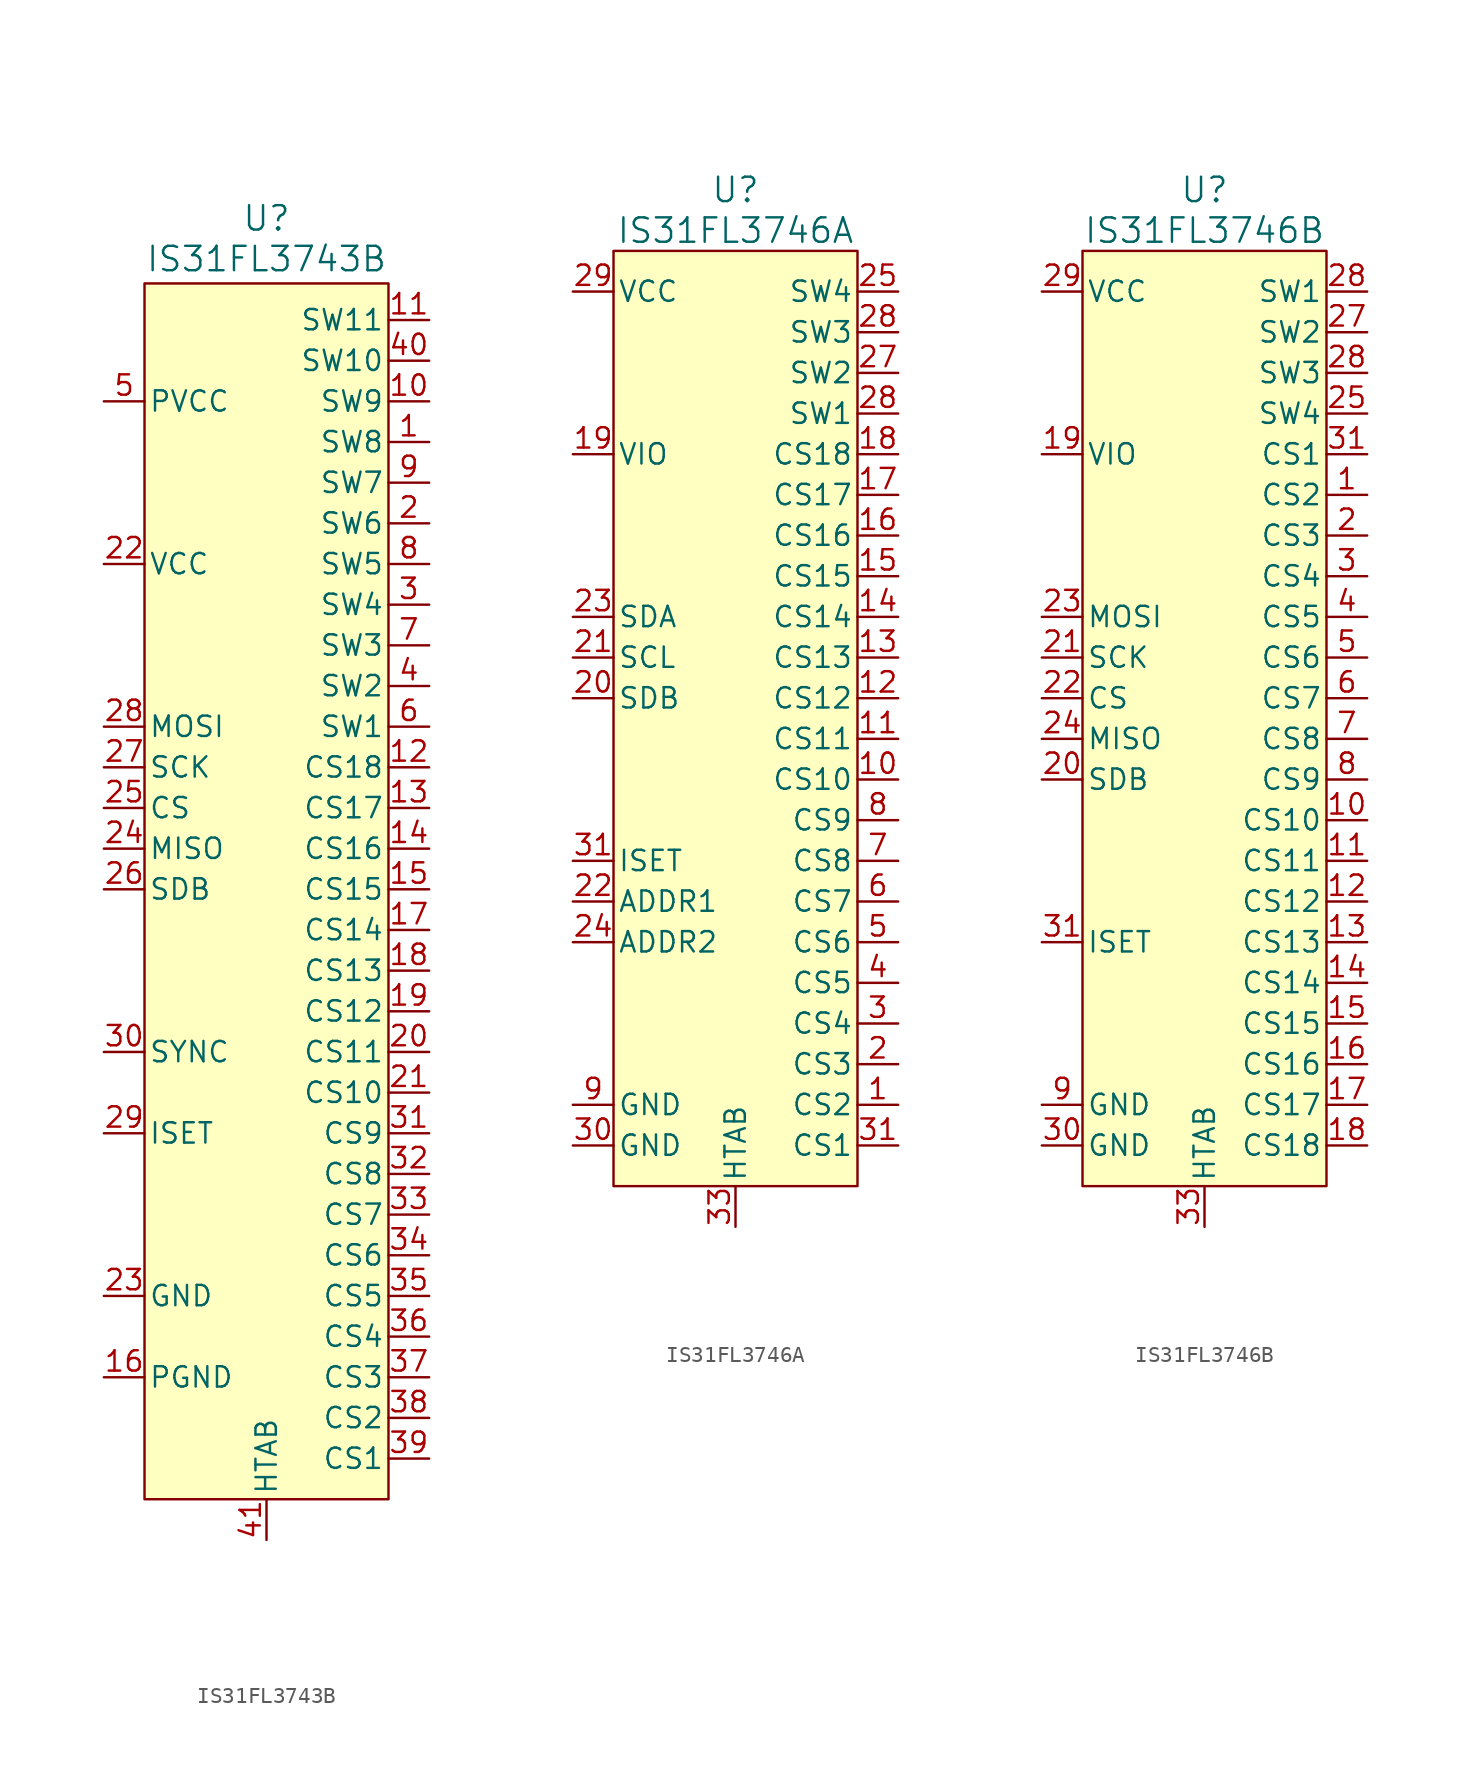
<source format=kicad_sym>
(kicad_symbol_lib
  (version 20241209)
  (generator "kicad_symbol_editor")
  (generator_version "9.0")
  (symbol "IS31FL3743B"
    (pin_names
      (offset 0.254))
    (property "Reference" "U"
      (at 0 39.37 0)
      (effects (font (size 1.524 1.524))))
    (property "Value" "IS31FL3743B"
      (at 0 36.83 0)
      (effects (font (size 1.524 1.524))))
    (symbol "IS31FL3743B_0_1"
      (pin power_in line (at -10.16 27.94 0) (length 2.54) (name "PVCC" (effects (font (size 1.27 1.27)))) (number "5" (effects (font (size 1.27 1.27)))))
      (pin power_in line (at -10.16 17.78 0) (length 2.54) (name "VCC" (effects (font (size 1.27 1.27)))) (number "22" (effects (font (size 1.27 1.27)))))
      (pin unspecified line (at -10.16 7.62 0) (length 2.54) (name "MOSI" (effects (font (size 1.27 1.27)))) (number "28" (effects (font (size 1.27 1.27)))))
      (pin unspecified line (at -10.16 5.08 0) (length 2.54) (name "SCK" (effects (font (size 1.27 1.27)))) (number "27" (effects (font (size 1.27 1.27)))))
      (pin unspecified line (at -10.16 2.54 0) (length 2.54) (name "CS" (effects (font (size 1.27 1.27)))) (number "25" (effects (font (size 1.27 1.27)))))
      (pin unspecified line (at -10.16 0 0) (length 2.54) (name "MISO" (effects (font (size 1.27 1.27)))) (number "24" (effects (font (size 1.27 1.27)))))
      (pin unspecified line (at -10.16 -2.54 0) (length 2.54) (name "SDB" (effects (font (size 1.27 1.27)))) (number "26" (effects (font (size 1.27 1.27)))))
      (pin unspecified line (at -10.16 -12.7 0) (length 2.54) (name "SYNC" (effects (font (size 1.27 1.27)))) (number "30" (effects (font (size 1.27 1.27)))))
      (pin power_out line (at -10.16 -27.94 0) (length 2.54) (name "GND" (effects (font (size 1.27 1.27)))) (number "23" (effects (font (size 1.27 1.27)))))
      (pin power_out line (at -10.16 -33.02 0) (length 2.54) (name "PGND" (effects (font (size 1.27 1.27)))) (number "16" (effects (font (size 1.27 1.27)))))
      (pin power_out line (at 0 -43.18 90) (length 2.54) (name "HTAB" (effects (font (size 1.27 1.27)))) (number "41" (effects (font (size 1.27 1.27)))))
      (pin bidirectional line (at 10.16 33.02 180) (length 2.54) (name "SW11" (effects (font (size 1.27 1.27)))) (number "11" (effects (font (size 1.27 1.27)))))
      (pin bidirectional line (at 10.16 30.48 180) (length 2.54) (name "SW10" (effects (font (size 1.27 1.27)))) (number "40" (effects (font (size 1.27 1.27)))))
      (pin bidirectional line (at 10.16 27.94 180) (length 2.54) (name "SW9" (effects (font (size 1.27 1.27)))) (number "10" (effects (font (size 1.27 1.27)))))
      (pin bidirectional line (at 10.16 22.86 180) (length 2.54) (name "SW7" (effects (font (size 1.27 1.27)))) (number "9" (effects (font (size 1.27 1.27)))))
      (pin bidirectional line (at 10.16 20.32 180) (length 2.54) (name "SW6" (effects (font (size 1.27 1.27)))) (number "2" (effects (font (size 1.27 1.27)))))
      (pin bidirectional line (at 10.16 17.78 180) (length 2.54) (name "SW5" (effects (font (size 1.27 1.27)))) (number "8" (effects (font (size 1.27 1.27)))))
      (pin bidirectional line (at 10.16 15.24 180) (length 2.54) (name "SW4" (effects (font (size 1.27 1.27)))) (number "3" (effects (font (size 1.27 1.27)))))
      (pin bidirectional line (at 10.16 12.7 180) (length 2.54) (name "SW3" (effects (font (size 1.27 1.27)))) (number "7" (effects (font (size 1.27 1.27)))))
      (pin bidirectional line (at 10.16 10.16 180) (length 2.54) (name "SW2" (effects (font (size 1.27 1.27)))) (number "4" (effects (font (size 1.27 1.27)))))
      (pin bidirectional line (at 10.16 7.62 180) (length 2.54) (name "SW1" (effects (font (size 1.27 1.27)))) (number "6" (effects (font (size 1.27 1.27)))))
      (pin bidirectional line (at 10.16 5.08 180) (length 2.54) (name "CS18" (effects (font (size 1.27 1.27)))) (number "12" (effects (font (size 1.27 1.27)))))
      (pin bidirectional line (at 10.16 2.54 180) (length 2.54) (name "CS17" (effects (font (size 1.27 1.27)))) (number "13" (effects (font (size 1.27 1.27)))))
      (pin bidirectional line (at 10.16 0 180) (length 2.54) (name "CS16" (effects (font (size 1.27 1.27)))) (number "14" (effects (font (size 1.27 1.27)))))
      (pin bidirectional line (at 10.16 -2.54 180) (length 2.54) (name "CS15" (effects (font (size 1.27 1.27)))) (number "15" (effects (font (size 1.27 1.27)))))
      (pin bidirectional line (at 10.16 -5.08 180) (length 2.54) (name "CS14" (effects (font (size 1.27 1.27)))) (number "17" (effects (font (size 1.27 1.27)))))
      (pin bidirectional line (at 10.16 -7.62 180) (length 2.54) (name "CS13" (effects (font (size 1.27 1.27)))) (number "18" (effects (font (size 1.27 1.27)))))
      (pin bidirectional line (at 10.16 -10.16 180) (length 2.54) (name "CS12" (effects (font (size 1.27 1.27)))) (number "19" (effects (font (size 1.27 1.27)))))
      (pin bidirectional line (at 10.16 -12.7 180) (length 2.54) (name "CS11" (effects (font (size 1.27 1.27)))) (number "20" (effects (font (size 1.27 1.27)))))
      (pin bidirectional line (at 10.16 -15.24 180) (length 2.54) (name "CS10" (effects (font (size 1.27 1.27)))) (number "21" (effects (font (size 1.27 1.27)))))
      (pin bidirectional line (at 10.16 -17.78 180) (length 2.54) (name "CS9" (effects (font (size 1.27 1.27)))) (number "31" (effects (font (size 1.27 1.27)))))
      (pin bidirectional line (at 10.16 -20.32 180) (length 2.54) (name "CS8" (effects (font (size 1.27 1.27)))) (number "32" (effects (font (size 1.27 1.27)))))
      (pin bidirectional line (at 10.16 -22.86 180) (length 2.54) (name "CS7" (effects (font (size 1.27 1.27)))) (number "33" (effects (font (size 1.27 1.27)))))
      (pin bidirectional line (at 10.16 -25.4 180) (length 2.54) (name "CS6" (effects (font (size 1.27 1.27)))) (number "34" (effects (font (size 1.27 1.27)))))
      (pin bidirectional line (at 10.16 -27.94 180) (length 2.54) (name "CS5" (effects (font (size 1.27 1.27)))) (number "35" (effects (font (size 1.27 1.27)))))
      (pin bidirectional line (at 10.16 -30.48 180) (length 2.54) (name "CS4" (effects (font (size 1.27 1.27)))) (number "36" (effects (font (size 1.27 1.27)))))
      (pin bidirectional line (at 10.16 -33.02 180) (length 2.54) (name "CS3" (effects (font (size 1.27 1.27)))) (number "37" (effects (font (size 1.27 1.27)))))
      (pin bidirectional line (at 10.16 -35.56 180) (length 2.54) (name "CS2" (effects (font (size 1.27 1.27)))) (number "38" (effects (font (size 1.27 1.27)))))
      (pin bidirectional line (at 10.16 -38.1 180) (length 2.54) (name "CS1" (effects (font (size 1.27 1.27)))) (number "39" (effects (font (size 1.27 1.27))))))
    (symbol "IS31FL3743B_1_1"
      (rectangle (start -7.62 35.306) (end 7.62 -40.64) (stroke (width 0) (type solid)) (fill (type background)))
      (pin unspecified line (at -10.16 -17.78 0) (length 2.54) (name "ISET" (effects (font (size 1.27 1.27)))) (number "29" (effects (font (size 1.27 1.27)))))
      (pin bidirectional line (at 10.16 25.4 180) (length 2.54) (name "SW8" (effects (font (size 1.27 1.27)))) (number "1" (effects (font (size 1.27 1.27)))))))
  (symbol "IS31FL3746A"
    (pin_names
      (offset 0.254))
    (property "Reference" "U"
      (at 0 31.75 0)
      (effects (font (size 1.524 1.524))))
    (property "Value" "IS31FL3746A"
      (at 0 29.21 0)
      (effects (font (size 1.524 1.524))))
    (symbol "IS31FL3746A_0_1"
      (pin bidirectional line (at 10.16 7.62 180) (length 2.54) (name "CS15" (effects (font (size 1.27 1.27)))) (number "15" (effects (font (size 1.27 1.27))))))
    (symbol "IS31FL3746A_1_1"
      (rectangle (start -7.62 27.94) (end 7.62 -30.48) (stroke (width 0) (type solid)) (fill (type background)))
      (pin power_in line (at -10.16 25.4 0) (length 2.54) (name "VCC" (effects (font (size 1.27 1.27)))) (number "29" (effects (font (size 1.27 1.27)))))
      (pin power_in line (at -10.16 15.24 0) (length 2.54) (name "VIO" (effects (font (size 1.27 1.27)))) (number "19" (effects (font (size 1.27 1.27)))))
      (pin unspecified line (at -10.16 5.08 0) (length 2.54) (name "SDA" (effects (font (size 1.27 1.27)))) (number "23" (effects (font (size 1.27 1.27)))))
      (pin unspecified line (at -10.16 2.54 0) (length 2.54) (name "SCL" (effects (font (size 1.27 1.27)))) (number "21" (effects (font (size 1.27 1.27)))))
      (pin unspecified line (at -10.16 0 0) (length 2.54) (name "SDB" (effects (font (size 1.27 1.27)))) (number "20" (effects (font (size 1.27 1.27)))))
      (pin unspecified line (at -10.16 -10.16 0) (length 2.54) (name "ISET" (effects (font (size 1.27 1.27)))) (number "31" (effects (font (size 1.27 1.27)))))
      (pin unspecified line (at -10.16 -12.7 0) (length 2.54) (name "ADDR1" (effects (font (size 1.27 1.27)))) (number "22" (effects (font (size 1.27 1.27)))))
      (pin unspecified line (at -10.16 -15.24 0) (length 2.54) (name "ADDR2" (effects (font (size 1.27 1.27)))) (number "24" (effects (font (size 1.27 1.27)))))
      (pin power_out line (at -10.16 -25.4 0) (length 2.54) (name "GND" (effects (font (size 1.27 1.27)))) (number "9" (effects (font (size 1.27 1.27)))))
      (pin power_out line (at -10.16 -27.94 0) (length 2.54) (name "GND" (effects (font (size 1.27 1.27)))) (number "30" (effects (font (size 1.27 1.27)))))
      (pin power_out line (at 0 -33.02 90) (length 2.54) (name "HTAB" (effects (font (size 1.27 1.27)))) (number "33" (effects (font (size 1.27 1.27)))))
      (pin bidirectional line (at 10.16 25.4 180) (length 2.54) (name "SW4" (effects (font (size 1.27 1.27)))) (number "25" (effects (font (size 1.27 1.27)))))
      (pin bidirectional line (at 10.16 22.86 180) (length 2.54) (name "SW3" (effects (font (size 1.27 1.27)))) (number "28" (effects (font (size 1.27 1.27)))))
      (pin bidirectional line (at 10.16 20.32 180) (length 2.54) (name "SW2" (effects (font (size 1.27 1.27)))) (number "27" (effects (font (size 1.27 1.27)))))
      (pin bidirectional line (at 10.16 17.78 180) (length 2.54) (name "SW1" (effects (font (size 1.27 1.27)))) (number "28" (effects (font (size 1.27 1.27)))))
      (pin bidirectional line (at 10.16 15.24 180) (length 2.54) (name "CS18" (effects (font (size 1.27 1.27)))) (number "18" (effects (font (size 1.27 1.27)))))
      (pin bidirectional line (at 10.16 12.7 180) (length 2.54) (name "CS17" (effects (font (size 1.27 1.27)))) (number "17" (effects (font (size 1.27 1.27)))))
      (pin bidirectional line (at 10.16 10.16 180) (length 2.54) (name "CS16" (effects (font (size 1.27 1.27)))) (number "16" (effects (font (size 1.27 1.27)))))
      (pin bidirectional line (at 10.16 5.08 180) (length 2.54) (name "CS14" (effects (font (size 1.27 1.27)))) (number "14" (effects (font (size 1.27 1.27)))))
      (pin bidirectional line (at 10.16 2.54 180) (length 2.54) (name "CS13" (effects (font (size 1.27 1.27)))) (number "13" (effects (font (size 1.27 1.27)))))
      (pin bidirectional line (at 10.16 0 180) (length 2.54) (name "CS12" (effects (font (size 1.27 1.27)))) (number "12" (effects (font (size 1.27 1.27)))))
      (pin bidirectional line (at 10.16 -2.54 180) (length 2.54) (name "CS11" (effects (font (size 1.27 1.27)))) (number "11" (effects (font (size 1.27 1.27)))))
      (pin bidirectional line (at 10.16 -5.08 180) (length 2.54) (name "CS10" (effects (font (size 1.27 1.27)))) (number "10" (effects (font (size 1.27 1.27)))))
      (pin bidirectional line (at 10.16 -7.62 180) (length 2.54) (name "CS9" (effects (font (size 1.27 1.27)))) (number "8" (effects (font (size 1.27 1.27)))))
      (pin bidirectional line (at 10.16 -10.16 180) (length 2.54) (name "CS8" (effects (font (size 1.27 1.27)))) (number "7" (effects (font (size 1.27 1.27)))))
      (pin bidirectional line (at 10.16 -12.7 180) (length 2.54) (name "CS7" (effects (font (size 1.27 1.27)))) (number "6" (effects (font (size 1.27 1.27)))))
      (pin bidirectional line (at 10.16 -15.24 180) (length 2.54) (name "CS6" (effects (font (size 1.27 1.27)))) (number "5" (effects (font (size 1.27 1.27)))))
      (pin bidirectional line (at 10.16 -17.78 180) (length 2.54) (name "CS5" (effects (font (size 1.27 1.27)))) (number "4" (effects (font (size 1.27 1.27)))))
      (pin bidirectional line (at 10.16 -20.32 180) (length 2.54) (name "CS4" (effects (font (size 1.27 1.27)))) (number "3" (effects (font (size 1.27 1.27)))))
      (pin bidirectional line (at 10.16 -22.86 180) (length 2.54) (name "CS3" (effects (font (size 1.27 1.27)))) (number "2" (effects (font (size 1.27 1.27)))))
      (pin bidirectional line (at 10.16 -25.4 180) (length 2.54) (name "CS2" (effects (font (size 1.27 1.27)))) (number "1" (effects (font (size 1.27 1.27)))))
      (pin bidirectional line (at 10.16 -27.94 180) (length 2.54) (name "CS1" (effects (font (size 1.27 1.27)))) (number "31" (effects (font (size 1.27 1.27)))))))
  (symbol "IS31FL3746B"
    (pin_names
      (offset 0.254))
    (property "Reference" "U"
      (at 0 31.75 0)
      (effects (font (size 1.524 1.524))))
    (property "Value" "IS31FL3746B"
      (at 0 29.21 0)
      (effects (font (size 1.524 1.524))))
    (symbol "IS31FL3746B_0_1"
      (pin bidirectional line (at 10.16 -20.32 180) (length 2.54) (name "CS15" (effects (font (size 1.27 1.27)))) (number "15" (effects (font (size 1.27 1.27))))))
    (symbol "IS31FL3746B_1_1"
      (rectangle (start -7.62 27.94) (end 7.62 -30.48) (stroke (width 0) (type solid)) (fill (type background)))
      (pin power_in line (at -10.16 25.4 0) (length 2.54) (name "VCC" (effects (font (size 1.27 1.27)))) (number "29" (effects (font (size 1.27 1.27)))))
      (pin power_in line (at -10.16 15.24 0) (length 2.54) (name "VIO" (effects (font (size 1.27 1.27)))) (number "19" (effects (font (size 1.27 1.27)))))
      (pin unspecified line (at -10.16 5.08 0) (length 2.54) (name "MOSI" (effects (font (size 1.27 1.27)))) (number "23" (effects (font (size 1.27 1.27)))))
      (pin unspecified line (at -10.16 2.54 0) (length 2.54) (name "SCK" (effects (font (size 1.27 1.27)))) (number "21" (effects (font (size 1.27 1.27)))))
      (pin unspecified line (at -10.16 0 0) (length 2.54) (name "CS" (effects (font (size 1.27 1.27)))) (number "22" (effects (font (size 1.27 1.27)))))
      (pin unspecified line (at -10.16 -2.54 0) (length 2.54) (name "MISO" (effects (font (size 1.27 1.27)))) (number "24" (effects (font (size 1.27 1.27)))))
      (pin unspecified line (at -10.16 -5.08 0) (length 2.54) (name "SDB" (effects (font (size 1.27 1.27)))) (number "20" (effects (font (size 1.27 1.27)))))
      (pin unspecified line (at -10.16 -15.24 0) (length 2.54) (name "ISET" (effects (font (size 1.27 1.27)))) (number "31" (effects (font (size 1.27 1.27)))))
      (pin power_out line (at -10.16 -25.4 0) (length 2.54) (name "GND" (effects (font (size 1.27 1.27)))) (number "9" (effects (font (size 1.27 1.27)))))
      (pin power_out line (at -10.16 -27.94 0) (length 2.54) (name "GND" (effects (font (size 1.27 1.27)))) (number "30" (effects (font (size 1.27 1.27)))))
      (pin power_out line (at 0 -33.02 90) (length 2.54) (name "HTAB" (effects (font (size 1.27 1.27)))) (number "33" (effects (font (size 1.27 1.27)))))
      (pin bidirectional line (at 10.16 25.4 180) (length 2.54) (name "SW1" (effects (font (size 1.27 1.27)))) (number "28" (effects (font (size 1.27 1.27)))))
      (pin bidirectional line (at 10.16 22.86 180) (length 2.54) (name "SW2" (effects (font (size 1.27 1.27)))) (number "27" (effects (font (size 1.27 1.27)))))
      (pin bidirectional line (at 10.16 20.32 180) (length 2.54) (name "SW3" (effects (font (size 1.27 1.27)))) (number "28" (effects (font (size 1.27 1.27)))))
      (pin bidirectional line (at 10.16 17.78 180) (length 2.54) (name "SW4" (effects (font (size 1.27 1.27)))) (number "25" (effects (font (size 1.27 1.27)))))
      (pin bidirectional line (at 10.16 15.24 180) (length 2.54) (name "CS1" (effects (font (size 1.27 1.27)))) (number "31" (effects (font (size 1.27 1.27)))))
      (pin bidirectional line (at 10.16 12.7 180) (length 2.54) (name "CS2" (effects (font (size 1.27 1.27)))) (number "1" (effects (font (size 1.27 1.27)))))
      (pin bidirectional line (at 10.16 10.16 180) (length 2.54) (name "CS3" (effects (font (size 1.27 1.27)))) (number "2" (effects (font (size 1.27 1.27)))))
      (pin bidirectional line (at 10.16 7.62 180) (length 2.54) (name "CS4" (effects (font (size 1.27 1.27)))) (number "3" (effects (font (size 1.27 1.27)))))
      (pin bidirectional line (at 10.16 5.08 180) (length 2.54) (name "CS5" (effects (font (size 1.27 1.27)))) (number "4" (effects (font (size 1.27 1.27)))))
      (pin bidirectional line (at 10.16 2.54 180) (length 2.54) (name "CS6" (effects (font (size 1.27 1.27)))) (number "5" (effects (font (size 1.27 1.27)))))
      (pin bidirectional line (at 10.16 0 180) (length 2.54) (name "CS7" (effects (font (size 1.27 1.27)))) (number "6" (effects (font (size 1.27 1.27)))))
      (pin bidirectional line (at 10.16 -2.54 180) (length 2.54) (name "CS8" (effects (font (size 1.27 1.27)))) (number "7" (effects (font (size 1.27 1.27)))))
      (pin bidirectional line (at 10.16 -5.08 180) (length 2.54) (name "CS9" (effects (font (size 1.27 1.27)))) (number "8" (effects (font (size 1.27 1.27)))))
      (pin bidirectional line (at 10.16 -7.62 180) (length 2.54) (name "CS10" (effects (font (size 1.27 1.27)))) (number "10" (effects (font (size 1.27 1.27)))))
      (pin bidirectional line (at 10.16 -10.16 180) (length 2.54) (name "CS11" (effects (font (size 1.27 1.27)))) (number "11" (effects (font (size 1.27 1.27)))))
      (pin bidirectional line (at 10.16 -12.7 180) (length 2.54) (name "CS12" (effects (font (size 1.27 1.27)))) (number "12" (effects (font (size 1.27 1.27)))))
      (pin bidirectional line (at 10.16 -15.24 180) (length 2.54) (name "CS13" (effects (font (size 1.27 1.27)))) (number "13" (effects (font (size 1.27 1.27)))))
      (pin bidirectional line (at 10.16 -17.78 180) (length 2.54) (name "CS14" (effects (font (size 1.27 1.27)))) (number "14" (effects (font (size 1.27 1.27)))))
      (pin bidirectional line (at 10.16 -22.86 180) (length 2.54) (name "CS16" (effects (font (size 1.27 1.27)))) (number "16" (effects (font (size 1.27 1.27)))))
      (pin bidirectional line (at 10.16 -25.4 180) (length 2.54) (name "CS17" (effects (font (size 1.27 1.27)))) (number "17" (effects (font (size 1.27 1.27)))))
      (pin bidirectional line (at 10.16 -27.94 180) (length 2.54) (name "CS18" (effects (font (size 1.27 1.27)))) (number "18" (effects (font (size 1.27 1.27))))))))
</source>
